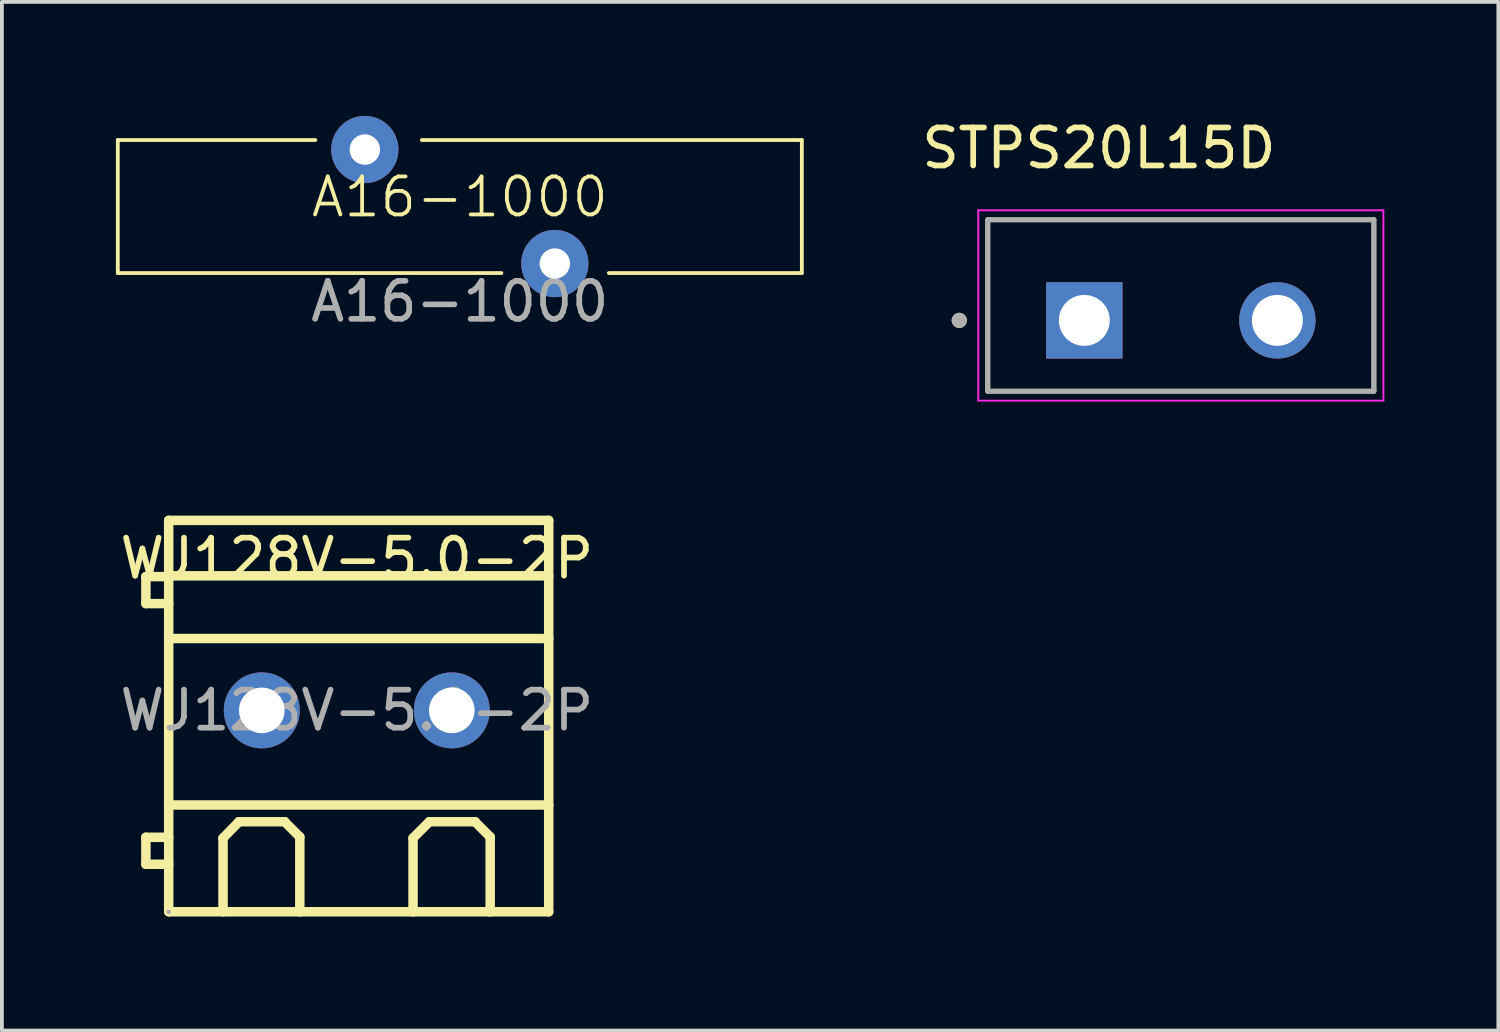
<source format=kicad_pcb>
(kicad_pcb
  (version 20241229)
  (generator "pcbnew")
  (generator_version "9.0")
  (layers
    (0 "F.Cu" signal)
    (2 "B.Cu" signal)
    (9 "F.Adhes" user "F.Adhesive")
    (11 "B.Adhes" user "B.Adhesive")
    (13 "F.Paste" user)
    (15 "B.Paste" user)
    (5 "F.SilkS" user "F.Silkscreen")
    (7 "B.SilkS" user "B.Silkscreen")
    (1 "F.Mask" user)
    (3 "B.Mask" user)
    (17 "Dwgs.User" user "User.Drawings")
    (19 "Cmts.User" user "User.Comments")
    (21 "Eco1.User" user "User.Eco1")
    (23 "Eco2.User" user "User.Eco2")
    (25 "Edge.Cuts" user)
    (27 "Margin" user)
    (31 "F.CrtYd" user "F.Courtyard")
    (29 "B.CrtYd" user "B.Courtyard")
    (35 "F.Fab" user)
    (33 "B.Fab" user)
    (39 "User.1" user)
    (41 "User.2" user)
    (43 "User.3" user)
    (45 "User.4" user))
  (footprint "A16-1000"
    (layer "F.Cu")
    (at 9.05 2.635)
    (property "Reference" "A16-1000" (at 0 -0.5 0) (unlocked yes) (layer "F.SilkS") (effects (font (size 1 1) (thickness 0.1))))
    (attr through_hole)
    (fp_line (start -9 -2) (end -3.802 -2) (stroke (width 0.1) (type default)) (layer "F.SilkS"))
    (fp_line (start -9 1.5) (end -9 -2) (stroke (width 0.1) (type default)) (layer "F.SilkS"))
    (fp_line (start -9 1.5) (end 1.094 1.5) (stroke (width 0.1) (type default)) (layer "F.SilkS"))
    (fp_line (start -1 -2) (end 9 -2) (stroke (width 0.1) (type default)) (layer "F.SilkS"))
    (fp_line (start 9 -2) (end 9 1.5) (stroke (width 0.1) (type default)) (layer "F.SilkS"))
    (fp_line (start 9 1.5) (end 3.922 1.5) (stroke (width 0.1) (type default)) (layer "F.SilkS"))
    (fp_text user "${REFERENCE}" (at 0 2.25 0) (unlocked yes) (layer "F.Fab") (effects (font (size 1 1) (thickness 0.15))))
    (pad "1" thru_hole circle (at -2.5 -1.75) (size 1.77 1.77) (drill 0.8) (layers "*.Cu" "*.Mask"))
    (pad "2" thru_hole circle (at 2.5 1.25) (size 1.77 1.77) (drill 0.8) (layers "*.Cu" "*.Mask")))
  (footprint "WJ128V-5.0-2P"
    (layer "F.Cu")
    (at 6.339 15.643)
    (property "Reference" "WJ128V-5.0-2P" (at 0 -4 0) (layer "F.SilkS") (effects (font (size 1 1) (thickness 0.15))))
    (attr through_hole)
    (fp_line (start -5.55 -3.52) (end -5.55 -2.81) (stroke (width 0.25) (type solid)) (layer "F.SilkS"))
    (fp_line (start -5.55 -2.81) (end -4.95 -2.81) (stroke (width 0.25) (type solid)) (layer "F.SilkS"))
    (fp_line (start -5.55 3.34) (end -5.55 4.05) (stroke (width 0.25) (type solid)) (layer "F.SilkS"))
    (fp_line (start -5.55 4.05) (end -4.95 4.05) (stroke (width 0.25) (type solid)) (layer "F.SilkS"))
    (fp_line (start -4.95 -5) (end 5.05 -5) (stroke (width 0.25) (type solid)) (layer "F.SilkS"))
    (fp_line (start -4.95 -3.54) (end 5.05 -3.54) (stroke (width 0.25) (type solid)) (layer "F.SilkS"))
    (fp_line (start -4.95 -3.52) (end -5.55 -3.52) (stroke (width 0.25) (type solid)) (layer "F.SilkS"))
    (fp_line (start -4.95 -1.89) (end 5.05 -1.89) (stroke (width 0.25) (type solid)) (layer "F.SilkS"))
    (fp_line (start -4.95 2.49) (end 5.05 2.49) (stroke (width 0.25) (type solid)) (layer "F.SilkS"))
    (fp_line (start -4.95 3.34) (end -5.55 3.34) (stroke (width 0.25) (type solid)) (layer "F.SilkS"))
    (fp_line (start -4.95 5.3) (end -4.95 -5) (stroke (width 0.25) (type solid)) (layer "F.SilkS"))
    (fp_line (start -3.52 3.36) (end -3.1 2.93) (stroke (width 0.25) (type solid)) (layer "F.SilkS"))
    (fp_line (start -3.52 5.3) (end -3.52 3.36) (stroke (width 0.25) (type solid)) (layer "F.SilkS"))
    (fp_line (start -3.1 2.93) (end -1.9 2.93) (stroke (width 0.25) (type solid)) (layer "F.SilkS"))
    (fp_line (start -1.9 2.93) (end -1.9 2.93) (stroke (width 0.25) (type solid)) (layer "F.SilkS"))
    (fp_line (start -1.9 2.93) (end -1.5 3.33) (stroke (width 0.25) (type solid)) (layer "F.SilkS"))
    (fp_line (start -1.5 3.33) (end -1.5 5.3) (stroke (width 0.25) (type solid)) (layer "F.SilkS"))
    (fp_line (start 1.48 3.36) (end 1.91 2.93) (stroke (width 0.25) (type solid)) (layer "F.SilkS"))
    (fp_line (start 1.48 5.3) (end 1.48 3.36) (stroke (width 0.25) (type solid)) (layer "F.SilkS"))
    (fp_line (start 1.91 2.93) (end 3.11 2.93) (stroke (width 0.25) (type solid)) (layer "F.SilkS"))
    (fp_line (start 3.11 2.93) (end 3.11 2.93) (stroke (width 0.25) (type solid)) (layer "F.SilkS"))
    (fp_line (start 3.11 2.93) (end 3.51 3.33) (stroke (width 0.25) (type solid)) (layer "F.SilkS"))
    (fp_line (start 3.51 3.33) (end 3.51 5.3) (stroke (width 0.25) (type solid)) (layer "F.SilkS"))
    (fp_line (start 5.05 -5) (end 5.05 5.3) (stroke (width 0.25) (type solid)) (layer "F.SilkS"))
    (fp_line (start 5.05 5.3) (end -4.94 5.3) (stroke (width 0.25) (type solid)) (layer "F.SilkS"))
    (fp_circle (center -4.95 5.3) (end -4.92 5.3) (stroke (width 0.06) (type solid)) (fill no) (layer "F.Fab"))
    (fp_text user "${REFERENCE}" (at 0 0 0) (layer "F.Fab") (effects (font (size 1 1) (thickness 0.15))))
    (pad "1" thru_hole circle (at -2.5 0) (size 2 2) (drill 1.2) (layers "*.Cu" "*.Mask"))
    (pad "2" thru_hole circle (at 2.5 0) (size 2 2) (drill 1.2) (layers "*.Cu" "*.Mask")))
  (footprint "STPS20L15D"
    (layer "F.Cu")
    (at 28.023 5.381)
    (property "Reference" "STPS20L15D" (at -2.155 -4.532 0) (layer "F.SilkS") (effects (font (size 1 1) (thickness 0.15))))
    (attr through_hole)
    (fp_line (start -5.08 -2.647) (end 5.08 -2.647) (stroke (width 0.127) (type solid)) (layer "F.SilkS"))
    (fp_line (start -5.08 1.863) (end -5.08 -2.647) (stroke (width 0.127) (type solid)) (layer "F.SilkS"))
    (fp_line (start 5.08 -2.647) (end 5.08 1.863) (stroke (width 0.127) (type solid)) (layer "F.SilkS"))
    (fp_line (start 5.08 1.863) (end -5.08 1.863) (stroke (width 0.127) (type solid)) (layer "F.SilkS"))
    (fp_circle (center -5.83 0) (end -5.73 0) (stroke (width 0.2) (type solid)) (fill no) (layer "F.SilkS"))
    (fp_line (start -5.33 -2.897) (end -5.33 2.112) (stroke (width 0.05) (type solid)) (layer "F.CrtYd"))
    (fp_line (start -5.33 2.112) (end 5.33 2.112) (stroke (width 0.05) (type solid)) (layer "F.CrtYd"))
    (fp_line (start 5.33 -2.897) (end -5.33 -2.897) (stroke (width 0.05) (type solid)) (layer "F.CrtYd"))
    (fp_line (start 5.33 2.112) (end 5.33 -2.897) (stroke (width 0.05) (type solid)) (layer "F.CrtYd"))
    (fp_line (start -5.08 -2.647) (end 5.08 -2.647) (stroke (width 0.127) (type solid)) (layer "F.Fab"))
    (fp_line (start -5.08 1.863) (end -5.08 -2.647) (stroke (width 0.127) (type solid)) (layer "F.Fab"))
    (fp_line (start 5.08 -2.647) (end 5.08 1.863) (stroke (width 0.127) (type solid)) (layer "F.Fab"))
    (fp_line (start 5.08 1.863) (end -5.08 1.863) (stroke (width 0.127) (type solid)) (layer "F.Fab"))
    (fp_circle (center -5.83 0) (end -5.73 0) (stroke (width 0.2) (type solid)) (fill no) (layer "F.Fab"))
    (pad "1" thru_hole rect (at -2.54 0) (size 2.01 2.01) (drill 1.34) (layers "*.Cu" "*.Mask"))
    (pad "2" thru_hole circle (at 2.54 0) (size 2.01 2.01) (drill 1.34) (layers "*.Cu" "*.Mask")))
  (gr_rect
    (start -3 -3)
    (end 36.378 24.068)
    (stroke (width 0.1) (type default))
    (fill no)
    (layer "Edge.Cuts")))
</source>
